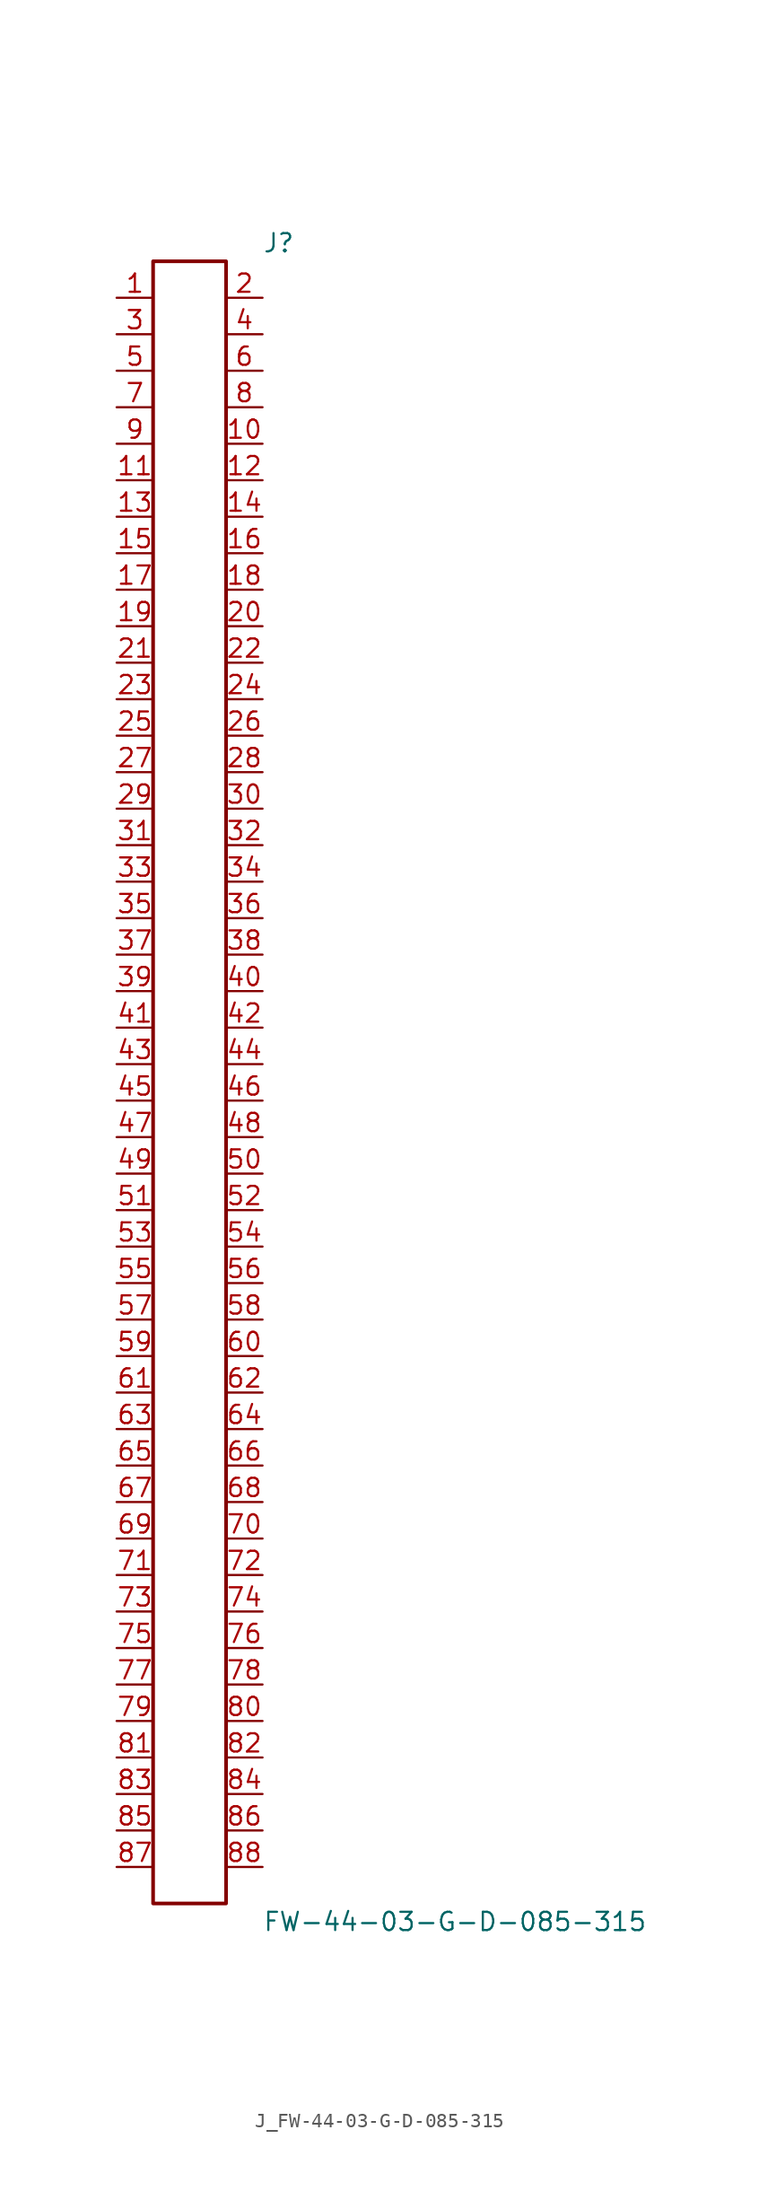
<source format=kicad_sym>
(kicad_symbol_lib
  (version 20231120)
  (generator kicad_symbol_editor)
  (generator_version 8.0)
  (symbol "J_FW-44-03-G-D-085-315"
    (pin_names
      (offset 0.254))
    (property "Reference" "J"
      (at 5.08 58.42 0)
      (effects (font (size 1.27 1.27)) (justify left)))
    (property "Value" "FW-44-03-G-D-085-315"
      (at 5.08 -58.42 0)
      (effects (font (size 1.27 1.27)) (justify left)))
    (symbol "J_FW-44-03-G-D-085-315_0_0"
      (pin unspecified line (at -5.08 54.61 0) (length 2.54) (name "" (effects (font (size 1.27 1.27)))) (number "1" (effects (font (size 1.27 1.27)))))
      (pin unspecified line (at 5.08 54.61 180) (length 2.54) (name "" (effects (font (size 1.27 1.27)))) (number "2" (effects (font (size 1.27 1.27)))))
      (pin unspecified line (at -5.08 52.07 0) (length 2.54) (name "" (effects (font (size 1.27 1.27)))) (number "3" (effects (font (size 1.27 1.27)))))
      (pin unspecified line (at 5.08 52.07 180) (length 2.54) (name "" (effects (font (size 1.27 1.27)))) (number "4" (effects (font (size 1.27 1.27)))))
      (pin unspecified line (at -5.08 49.53 0) (length 2.54) (name "" (effects (font (size 1.27 1.27)))) (number "5" (effects (font (size 1.27 1.27)))))
      (pin unspecified line (at 5.08 49.53 180) (length 2.54) (name "" (effects (font (size 1.27 1.27)))) (number "6" (effects (font (size 1.27 1.27)))))
      (pin unspecified line (at -5.08 46.99 0) (length 2.54) (name "" (effects (font (size 1.27 1.27)))) (number "7" (effects (font (size 1.27 1.27)))))
      (pin unspecified line (at 5.08 46.99 180) (length 2.54) (name "" (effects (font (size 1.27 1.27)))) (number "8" (effects (font (size 1.27 1.27)))))
      (pin unspecified line (at -5.08 44.45 0) (length 2.54) (name "" (effects (font (size 1.27 1.27)))) (number "9" (effects (font (size 1.27 1.27)))))
      (pin unspecified line (at 5.08 44.45 180) (length 2.54) (name "" (effects (font (size 1.27 1.27)))) (number "10" (effects (font (size 1.27 1.27)))))
      (pin unspecified line (at -5.08 41.91 0) (length 2.54) (name "" (effects (font (size 1.27 1.27)))) (number "11" (effects (font (size 1.27 1.27)))))
      (pin unspecified line (at 5.08 41.91 180) (length 2.54) (name "" (effects (font (size 1.27 1.27)))) (number "12" (effects (font (size 1.27 1.27)))))
      (pin unspecified line (at -5.08 39.37 0) (length 2.54) (name "" (effects (font (size 1.27 1.27)))) (number "13" (effects (font (size 1.27 1.27)))))
      (pin unspecified line (at 5.08 39.37 180) (length 2.54) (name "" (effects (font (size 1.27 1.27)))) (number "14" (effects (font (size 1.27 1.27)))))
      (pin unspecified line (at -5.08 36.83 0) (length 2.54) (name "" (effects (font (size 1.27 1.27)))) (number "15" (effects (font (size 1.27 1.27)))))
      (pin unspecified line (at 5.08 36.83 180) (length 2.54) (name "" (effects (font (size 1.27 1.27)))) (number "16" (effects (font (size 1.27 1.27)))))
      (pin unspecified line (at -5.08 34.29 0) (length 2.54) (name "" (effects (font (size 1.27 1.27)))) (number "17" (effects (font (size 1.27 1.27)))))
      (pin unspecified line (at 5.08 34.29 180) (length 2.54) (name "" (effects (font (size 1.27 1.27)))) (number "18" (effects (font (size 1.27 1.27)))))
      (pin unspecified line (at -5.08 31.75 0) (length 2.54) (name "" (effects (font (size 1.27 1.27)))) (number "19" (effects (font (size 1.27 1.27)))))
      (pin unspecified line (at 5.08 31.75 180) (length 2.54) (name "" (effects (font (size 1.27 1.27)))) (number "20" (effects (font (size 1.27 1.27)))))
      (pin unspecified line (at -5.08 29.21 0) (length 2.54) (name "" (effects (font (size 1.27 1.27)))) (number "21" (effects (font (size 1.27 1.27)))))
      (pin unspecified line (at 5.08 29.21 180) (length 2.54) (name "" (effects (font (size 1.27 1.27)))) (number "22" (effects (font (size 1.27 1.27)))))
      (pin unspecified line (at -5.08 26.67 0) (length 2.54) (name "" (effects (font (size 1.27 1.27)))) (number "23" (effects (font (size 1.27 1.27)))))
      (pin unspecified line (at 5.08 26.67 180) (length 2.54) (name "" (effects (font (size 1.27 1.27)))) (number "24" (effects (font (size 1.27 1.27)))))
      (pin unspecified line (at -5.08 24.13 0) (length 2.54) (name "" (effects (font (size 1.27 1.27)))) (number "25" (effects (font (size 1.27 1.27)))))
      (pin unspecified line (at 5.08 24.13 180) (length 2.54) (name "" (effects (font (size 1.27 1.27)))) (number "26" (effects (font (size 1.27 1.27)))))
      (pin unspecified line (at -5.08 21.59 0) (length 2.54) (name "" (effects (font (size 1.27 1.27)))) (number "27" (effects (font (size 1.27 1.27)))))
      (pin unspecified line (at 5.08 21.59 180) (length 2.54) (name "" (effects (font (size 1.27 1.27)))) (number "28" (effects (font (size 1.27 1.27)))))
      (pin unspecified line (at -5.08 19.05 0) (length 2.54) (name "" (effects (font (size 1.27 1.27)))) (number "29" (effects (font (size 1.27 1.27)))))
      (pin unspecified line (at 5.08 19.05 180) (length 2.54) (name "" (effects (font (size 1.27 1.27)))) (number "30" (effects (font (size 1.27 1.27)))))
      (pin unspecified line (at -5.08 16.51 0) (length 2.54) (name "" (effects (font (size 1.27 1.27)))) (number "31" (effects (font (size 1.27 1.27)))))
      (pin unspecified line (at 5.08 16.51 180) (length 2.54) (name "" (effects (font (size 1.27 1.27)))) (number "32" (effects (font (size 1.27 1.27)))))
      (pin unspecified line (at -5.08 13.97 0) (length 2.54) (name "" (effects (font (size 1.27 1.27)))) (number "33" (effects (font (size 1.27 1.27)))))
      (pin unspecified line (at 5.08 13.97 180) (length 2.54) (name "" (effects (font (size 1.27 1.27)))) (number "34" (effects (font (size 1.27 1.27)))))
      (pin unspecified line (at -5.08 11.43 0) (length 2.54) (name "" (effects (font (size 1.27 1.27)))) (number "35" (effects (font (size 1.27 1.27)))))
      (pin unspecified line (at 5.08 11.43 180) (length 2.54) (name "" (effects (font (size 1.27 1.27)))) (number "36" (effects (font (size 1.27 1.27)))))
      (pin unspecified line (at -5.08 8.89 0) (length 2.54) (name "" (effects (font (size 1.27 1.27)))) (number "37" (effects (font (size 1.27 1.27)))))
      (pin unspecified line (at 5.08 8.89 180) (length 2.54) (name "" (effects (font (size 1.27 1.27)))) (number "38" (effects (font (size 1.27 1.27)))))
      (pin unspecified line (at -5.08 6.35 0) (length 2.54) (name "" (effects (font (size 1.27 1.27)))) (number "39" (effects (font (size 1.27 1.27)))))
      (pin unspecified line (at 5.08 6.35 180) (length 2.54) (name "" (effects (font (size 1.27 1.27)))) (number "40" (effects (font (size 1.27 1.27)))))
      (pin unspecified line (at -5.08 3.81 0) (length 2.54) (name "" (effects (font (size 1.27 1.27)))) (number "41" (effects (font (size 1.27 1.27)))))
      (pin unspecified line (at 5.08 3.81 180) (length 2.54) (name "" (effects (font (size 1.27 1.27)))) (number "42" (effects (font (size 1.27 1.27)))))
      (pin unspecified line (at -5.08 1.27 0) (length 2.54) (name "" (effects (font (size 1.27 1.27)))) (number "43" (effects (font (size 1.27 1.27)))))
      (pin unspecified line (at 5.08 1.27 180) (length 2.54) (name "" (effects (font (size 1.27 1.27)))) (number "44" (effects (font (size 1.27 1.27)))))
      (pin unspecified line (at -5.08 -1.27 0) (length 2.54) (name "" (effects (font (size 1.27 1.27)))) (number "45" (effects (font (size 1.27 1.27)))))
      (pin unspecified line (at 5.08 -1.27 180) (length 2.54) (name "" (effects (font (size 1.27 1.27)))) (number "46" (effects (font (size 1.27 1.27)))))
      (pin unspecified line (at -5.08 -3.81 0) (length 2.54) (name "" (effects (font (size 1.27 1.27)))) (number "47" (effects (font (size 1.27 1.27)))))
      (pin unspecified line (at 5.08 -3.81 180) (length 2.54) (name "" (effects (font (size 1.27 1.27)))) (number "48" (effects (font (size 1.27 1.27)))))
      (pin unspecified line (at -5.08 -6.35 0) (length 2.54) (name "" (effects (font (size 1.27 1.27)))) (number "49" (effects (font (size 1.27 1.27)))))
      (pin unspecified line (at 5.08 -6.35 180) (length 2.54) (name "" (effects (font (size 1.27 1.27)))) (number "50" (effects (font (size 1.27 1.27)))))
      (pin unspecified line (at -5.08 -8.89 0) (length 2.54) (name "" (effects (font (size 1.27 1.27)))) (number "51" (effects (font (size 1.27 1.27)))))
      (pin unspecified line (at 5.08 -8.89 180) (length 2.54) (name "" (effects (font (size 1.27 1.27)))) (number "52" (effects (font (size 1.27 1.27)))))
      (pin unspecified line (at -5.08 -11.43 0) (length 2.54) (name "" (effects (font (size 1.27 1.27)))) (number "53" (effects (font (size 1.27 1.27)))))
      (pin unspecified line (at 5.08 -11.43 180) (length 2.54) (name "" (effects (font (size 1.27 1.27)))) (number "54" (effects (font (size 1.27 1.27)))))
      (pin unspecified line (at -5.08 -13.97 0) (length 2.54) (name "" (effects (font (size 1.27 1.27)))) (number "55" (effects (font (size 1.27 1.27)))))
      (pin unspecified line (at 5.08 -13.97 180) (length 2.54) (name "" (effects (font (size 1.27 1.27)))) (number "56" (effects (font (size 1.27 1.27)))))
      (pin unspecified line (at -5.08 -16.51 0) (length 2.54) (name "" (effects (font (size 1.27 1.27)))) (number "57" (effects (font (size 1.27 1.27)))))
      (pin unspecified line (at 5.08 -16.51 180) (length 2.54) (name "" (effects (font (size 1.27 1.27)))) (number "58" (effects (font (size 1.27 1.27)))))
      (pin unspecified line (at -5.08 -19.05 0) (length 2.54) (name "" (effects (font (size 1.27 1.27)))) (number "59" (effects (font (size 1.27 1.27)))))
      (pin unspecified line (at 5.08 -19.05 180) (length 2.54) (name "" (effects (font (size 1.27 1.27)))) (number "60" (effects (font (size 1.27 1.27)))))
      (pin unspecified line (at -5.08 -21.59 0) (length 2.54) (name "" (effects (font (size 1.27 1.27)))) (number "61" (effects (font (size 1.27 1.27)))))
      (pin unspecified line (at 5.08 -21.59 180) (length 2.54) (name "" (effects (font (size 1.27 1.27)))) (number "62" (effects (font (size 1.27 1.27)))))
      (pin unspecified line (at -5.08 -24.13 0) (length 2.54) (name "" (effects (font (size 1.27 1.27)))) (number "63" (effects (font (size 1.27 1.27)))))
      (pin unspecified line (at 5.08 -24.13 180) (length 2.54) (name "" (effects (font (size 1.27 1.27)))) (number "64" (effects (font (size 1.27 1.27)))))
      (pin unspecified line (at -5.08 -26.67 0) (length 2.54) (name "" (effects (font (size 1.27 1.27)))) (number "65" (effects (font (size 1.27 1.27)))))
      (pin unspecified line (at 5.08 -26.67 180) (length 2.54) (name "" (effects (font (size 1.27 1.27)))) (number "66" (effects (font (size 1.27 1.27)))))
      (pin unspecified line (at -5.08 -29.21 0) (length 2.54) (name "" (effects (font (size 1.27 1.27)))) (number "67" (effects (font (size 1.27 1.27)))))
      (pin unspecified line (at 5.08 -29.21 180) (length 2.54) (name "" (effects (font (size 1.27 1.27)))) (number "68" (effects (font (size 1.27 1.27)))))
      (pin unspecified line (at -5.08 -31.75 0) (length 2.54) (name "" (effects (font (size 1.27 1.27)))) (number "69" (effects (font (size 1.27 1.27)))))
      (pin unspecified line (at 5.08 -31.75 180) (length 2.54) (name "" (effects (font (size 1.27 1.27)))) (number "70" (effects (font (size 1.27 1.27)))))
      (pin unspecified line (at -5.08 -34.29 0) (length 2.54) (name "" (effects (font (size 1.27 1.27)))) (number "71" (effects (font (size 1.27 1.27)))))
      (pin unspecified line (at 5.08 -34.29 180) (length 2.54) (name "" (effects (font (size 1.27 1.27)))) (number "72" (effects (font (size 1.27 1.27)))))
      (pin unspecified line (at -5.08 -36.83 0) (length 2.54) (name "" (effects (font (size 1.27 1.27)))) (number "73" (effects (font (size 1.27 1.27)))))
      (pin unspecified line (at 5.08 -36.83 180) (length 2.54) (name "" (effects (font (size 1.27 1.27)))) (number "74" (effects (font (size 1.27 1.27)))))
      (pin unspecified line (at -5.08 -39.37 0) (length 2.54) (name "" (effects (font (size 1.27 1.27)))) (number "75" (effects (font (size 1.27 1.27)))))
      (pin unspecified line (at 5.08 -39.37 180) (length 2.54) (name "" (effects (font (size 1.27 1.27)))) (number "76" (effects (font (size 1.27 1.27)))))
      (pin unspecified line (at -5.08 -41.91 0) (length 2.54) (name "" (effects (font (size 1.27 1.27)))) (number "77" (effects (font (size 1.27 1.27)))))
      (pin unspecified line (at 5.08 -41.91 180) (length 2.54) (name "" (effects (font (size 1.27 1.27)))) (number "78" (effects (font (size 1.27 1.27)))))
      (pin unspecified line (at -5.08 -44.45 0) (length 2.54) (name "" (effects (font (size 1.27 1.27)))) (number "79" (effects (font (size 1.27 1.27)))))
      (pin unspecified line (at 5.08 -44.45 180) (length 2.54) (name "" (effects (font (size 1.27 1.27)))) (number "80" (effects (font (size 1.27 1.27)))))
      (pin unspecified line (at -5.08 -46.99 0) (length 2.54) (name "" (effects (font (size 1.27 1.27)))) (number "81" (effects (font (size 1.27 1.27)))))
      (pin unspecified line (at 5.08 -46.99 180) (length 2.54) (name "" (effects (font (size 1.27 1.27)))) (number "82" (effects (font (size 1.27 1.27)))))
      (pin unspecified line (at -5.08 -49.53 0) (length 2.54) (name "" (effects (font (size 1.27 1.27)))) (number "83" (effects (font (size 1.27 1.27)))))
      (pin unspecified line (at 5.08 -49.53 180) (length 2.54) (name "" (effects (font (size 1.27 1.27)))) (number "84" (effects (font (size 1.27 1.27)))))
      (pin unspecified line (at -5.08 -52.07 0) (length 2.54) (name "" (effects (font (size 1.27 1.27)))) (number "85" (effects (font (size 1.27 1.27)))))
      (pin unspecified line (at 5.08 -52.07 180) (length 2.54) (name "" (effects (font (size 1.27 1.27)))) (number "86" (effects (font (size 1.27 1.27)))))
      (pin unspecified line (at -5.08 -54.61 0) (length 2.54) (name "" (effects (font (size 1.27 1.27)))) (number "87" (effects (font (size 1.27 1.27)))))
      (pin unspecified line (at 5.08 -54.61 180) (length 2.54) (name "" (effects (font (size 1.27 1.27)))) (number "88" (effects (font (size 1.27 1.27))))))
    (symbol "J_FW-44-03-G-D-085-315_1_0"
      (rectangle (start -2.54 57.15) (end 2.54 -57.15) (stroke (width 0.254) (type solid)) (fill (type none))))))
</source>
